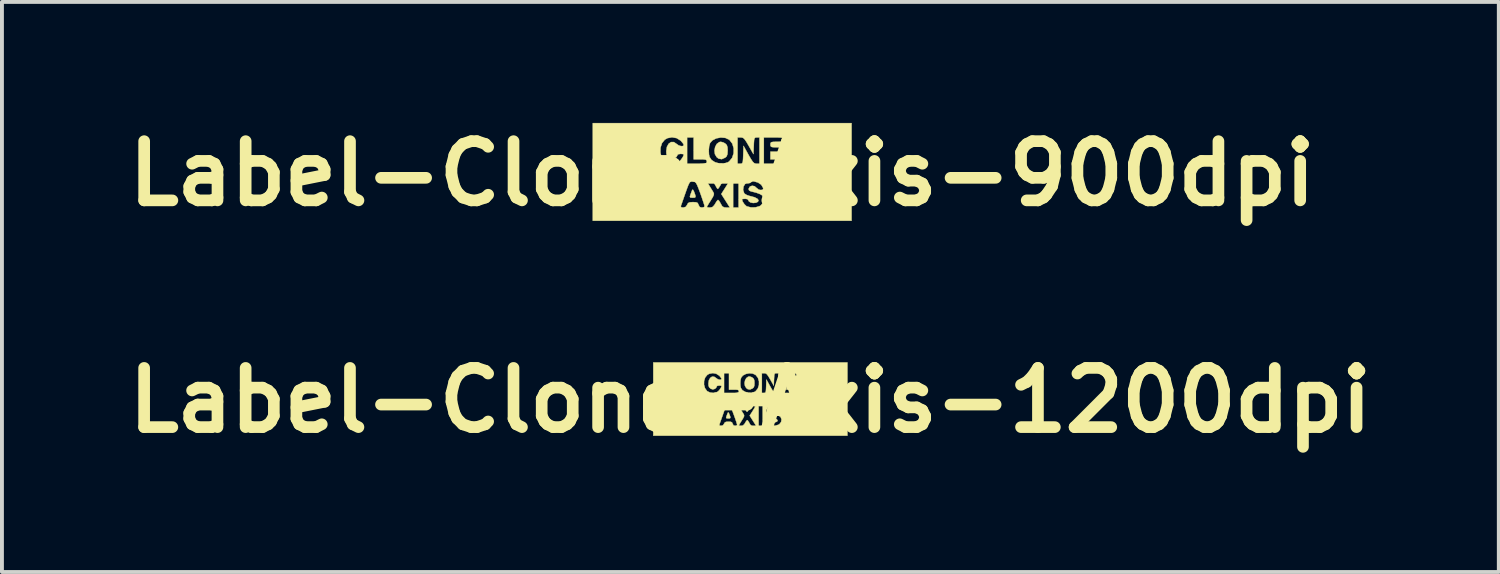
<source format=kicad_pcb>
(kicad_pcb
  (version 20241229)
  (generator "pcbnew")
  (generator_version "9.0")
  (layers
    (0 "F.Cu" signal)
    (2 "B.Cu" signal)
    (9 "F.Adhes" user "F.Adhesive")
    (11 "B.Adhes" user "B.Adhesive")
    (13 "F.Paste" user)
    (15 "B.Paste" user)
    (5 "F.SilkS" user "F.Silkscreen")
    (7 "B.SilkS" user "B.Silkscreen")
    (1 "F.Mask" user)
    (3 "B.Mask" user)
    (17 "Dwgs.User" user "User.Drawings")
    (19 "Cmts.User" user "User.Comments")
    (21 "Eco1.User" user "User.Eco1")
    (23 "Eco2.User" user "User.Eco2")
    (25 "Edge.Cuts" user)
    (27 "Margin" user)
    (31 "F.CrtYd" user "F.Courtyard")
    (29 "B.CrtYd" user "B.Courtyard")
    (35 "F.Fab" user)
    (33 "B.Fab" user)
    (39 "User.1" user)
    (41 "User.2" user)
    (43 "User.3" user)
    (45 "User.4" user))
  (footprint "Label-Clone-Axis-900dpi"
    (layer "F.Cu")
    (at 15.538 1.418)
    (property "Reference" "Label-Clone-Axis-900dpi" (at 0 0 0) (layer "F.SilkS") (effects (font (size 1.524 1.524) (thickness 0.3))))
    (attr through_hole)
    (fp_poly (pts (xy -0.729 0.454) (xy -0.719 0.48) (xy -0.69 0.561) (xy -0.686 0.603) (xy -0.71 0.619) (xy -0.761 0.621) (xy -0.819 0.617) (xy -0.832 0.593) (xy -0.817 0.543) (xy -0.79 0.471) (xy -0.772 0.423) (xy -0.754 0.412) (xy -0.729 0.454)) (stroke (width 0.01) (type solid)) (fill yes) (layer "F.SilkS"))
    (fp_poly (pts (xy 0.026 -0.803) (xy 0.078 -0.775) (xy 0.119 -0.734) (xy 0.137 -0.673) (xy 0.141 -0.593) (xy 0.135 -0.5) (xy 0.114 -0.444) (xy 0.078 -0.411) (xy -0.011 -0.371) (xy -0.092 -0.385) (xy -0.141 -0.423) (xy -0.187 -0.5) (xy -0.198 -0.593) (xy -0.181 -0.686) (xy -0.139 -0.764) (xy -0.075 -0.811) (xy -0.035 -0.818) (xy 0.026 -0.803)) (stroke (width 0.01) (type solid)) (fill yes) (layer "F.SilkS"))
    (fp_poly (pts (xy 3.33 1.214) (xy -3.33 1.214) (xy -3.33 0.84) (xy -1.066 0.84) (xy -1.053 0.867) (xy -1.004 0.875) (xy -0.937 0.856) (xy -0.903 0.804) (xy -0.878 0.759) (xy -0.834 0.739) (xy -0.754 0.734) (xy -0.752 0.734) (xy -0.672 0.738) (xy -0.631 0.756) (xy -0.611 0.797) (xy -0.609 0.804) (xy -0.578 0.861) (xy -0.522 0.875) (xy -0.47 0.863) (xy -0.453 0.84) (xy -0.463 0.8) (xy -0.489 0.72) (xy -0.526 0.611) (xy -0.562 0.508) (xy -0.61 0.379) (xy -0.645 0.293) (xy -0.674 0.242) (xy -0.702 0.216) (xy -0.736 0.205) (xy -0.754 0.203) (xy -0.791 0.201) (xy -0.819 0.211) (xy -0.844 0.24) (xy -0.872 0.297) (xy -0.908 0.392) (xy -0.946 0.499) (xy -0.99 0.624) (xy -1.027 0.731) (xy -1.054 0.807) (xy -1.066 0.84) (xy -3.33 0.84) (xy -3.33 0.198) (xy -0.4 0.198) (xy -0.336 0.303) (xy -0.286 0.385) (xy -0.241 0.457) (xy -0.233 0.471) (xy -0.214 0.509) (xy -0.216 0.548) (xy -0.242 0.605) (xy -0.294 0.69) (xy -0.346 0.772) (xy -0.382 0.834) (xy -0.395 0.861) (xy -0.371 0.871) (xy -0.315 0.875) (xy -0.252 0.862) (xy -0.204 0.814) (xy -0.181 0.776) (xy -0.143 0.714) (xy -0.112 0.679) (xy -0.106 0.677) (xy -0.081 0.7) (xy -0.046 0.757) (xy -0.037 0.776) (xy 0.003 0.843) (xy 0.051 0.87) (xy 0.105 0.875) (xy 0.199 0.875) (xy 0.088 0.7) (xy -0.023 0.526) (xy 0.073 0.375) (xy 0.123 0.295) (xy 0.158 0.236) (xy 0.169 0.211) (xy 0.145 0.201) (xy 0.089 0.198) (xy 0.282 0.198) (xy 0.282 0.875) (xy 0.423 0.875) (xy 0.423 0.662) (xy 0.508 0.662) (xy 0.527 0.721) (xy 0.572 0.789) (xy 0.624 0.838) (xy 0.631 0.842) (xy 0.737 0.87) (xy 0.856 0.869) (xy 0.962 0.839) (xy 0.998 0.816) (xy 1.057 0.742) (xy 1.071 0.655) (xy 1.04 0.576) (xy 1.022 0.556) (xy 0.966 0.524) (xy 0.878 0.492) (xy 0.823 0.478) (xy 0.736 0.456) (xy 0.693 0.434) (xy 0.681 0.403) (xy 0.683 0.385) (xy 0.713 0.334) (xy 0.771 0.313) (xy 0.835 0.325) (xy 0.88 0.365) (xy 0.941 0.413) (xy 0.992 0.423) (xy 1.045 0.416) (xy 1.056 0.385) (xy 1.052 0.366) (xy 1.005 0.286) (xy 0.921 0.23) (xy 0.818 0.2) (xy 0.711 0.202) (xy 0.618 0.239) (xy 0.598 0.255) (xy 0.55 0.331) (xy 0.538 0.421) (xy 0.565 0.502) (xy 0.579 0.519) (xy 0.636 0.553) (xy 0.716 0.579) (xy 0.728 0.581) (xy 0.835 0.61) (xy 0.906 0.647) (xy 0.936 0.687) (xy 0.92 0.725) (xy 0.873 0.749) (xy 0.798 0.757) (xy 0.728 0.743) (xy 0.684 0.711) (xy 0.677 0.691) (xy 0.652 0.658) (xy 0.593 0.649) (xy 0.533 0.653) (xy 0.508 0.662) (xy 0.508 0.662) (xy 0.423 0.662) (xy 0.423 0.198) (xy 0.282 0.198) (xy 0.089 0.198) (xy 0.026 0.21) (xy -0.022 0.258) (xy -0.044 0.296) (xy -0.082 0.359) (xy -0.109 0.393) (xy -0.114 0.395) (xy -0.136 0.372) (xy -0.168 0.315) (xy -0.178 0.296) (xy -0.219 0.229) (xy -0.267 0.201) (xy -0.312 0.198) (xy -0.4 0.198) (xy -3.33 0.198) (xy -3.33 -0.538) (xy -1.591 -0.538) (xy -1.558 -0.418) (xy -1.49 -0.323) (xy -1.477 -0.312) (xy -1.385 -0.268) (xy -1.273 -0.255) (xy -1.167 -0.273) (xy -1.111 -0.304) (xy -1.058 -0.36) (xy -1.012 -0.428) (xy -0.988 -0.485) (xy -0.988 -0.492) (xy -1.012 -0.503) (xy -1.072 -0.508) (xy -1.072 -0.508) (xy -1.139 -0.496) (xy -1.157 -0.465) (xy -1.18 -0.423) (xy -1.227 -0.391) (xy -1.291 -0.374) (xy -1.353 -0.397) (xy -1.368 -0.406) (xy -1.414 -0.448) (xy -1.435 -0.505) (xy -1.439 -0.579) (xy -1.422 -0.689) (xy -1.378 -0.769) (xy -1.315 -0.812) (xy -1.243 -0.811) (xy -1.171 -0.762) (xy -1.119 -0.725) (xy -1.058 -0.707) (xy -1.008 -0.71) (xy -0.988 -0.736) (xy -1.006 -0.774) (xy -1.052 -0.83) (xy -1.07 -0.849) (xy -1.172 -0.913) (xy -1.272 -0.931) (xy -0.903 -0.931) (xy -0.903 -0.254) (xy -0.649 -0.254) (xy -0.528 -0.255) (xy -0.453 -0.259) (xy -0.413 -0.27) (xy -0.398 -0.288) (xy -0.395 -0.31) (xy -0.401 -0.342) (xy -0.428 -0.359) (xy -0.489 -0.366) (xy -0.564 -0.367) (xy -0.734 -0.367) (xy -0.734 -0.601) (xy -0.345 -0.601) (xy -0.34 -0.493) (xy -0.326 -0.428) (xy -0.274 -0.35) (xy -0.185 -0.293) (xy -0.074 -0.261) (xy 0.041 -0.259) (xy 0.145 -0.29) (xy 0.179 -0.312) (xy 0.256 -0.405) (xy 0.295 -0.524) (xy 0.296 -0.652) (xy 0.26 -0.772) (xy 0.186 -0.868) (xy 0.179 -0.873) (xy 0.081 -0.919) (xy -0.035 -0.929) (xy -0.152 -0.907) (xy -0.252 -0.855) (xy -0.312 -0.787) (xy -0.335 -0.708) (xy -0.345 -0.601) (xy -0.734 -0.601) (xy -0.734 -0.931) (xy 0.395 -0.931) (xy 0.395 -0.254) (xy 0.465 -0.254) (xy 0.499 -0.257) (xy 0.52 -0.273) (xy 0.532 -0.313) (xy 0.538 -0.39) (xy 0.542 -0.484) (xy 0.55 -0.714) (xy 0.677 -0.484) (xy 0.74 -0.375) (xy 0.786 -0.306) (xy 0.823 -0.27) (xy 0.861 -0.256) (xy 0.882 -0.254) (xy 0.96 -0.254) (xy 0.96 -0.931) (xy 1.072 -0.931) (xy 1.072 -0.254) (xy 1.341 -0.254) (xy 1.465 -0.255) (xy 1.544 -0.259) (xy 1.587 -0.268) (xy 1.605 -0.285) (xy 1.609 -0.31) (xy 1.603 -0.341) (xy 1.577 -0.358) (xy 1.52 -0.365) (xy 1.425 -0.367) (xy 1.242 -0.367) (xy 1.242 -0.564) (xy 1.397 -0.564) (xy 1.487 -0.567) (xy 1.533 -0.577) (xy 1.551 -0.601) (xy 1.552 -0.621) (xy 1.545 -0.654) (xy 1.516 -0.671) (xy 1.451 -0.677) (xy 1.397 -0.677) (xy 1.308 -0.679) (xy 1.262 -0.689) (xy 1.244 -0.713) (xy 1.242 -0.748) (xy 1.245 -0.787) (xy 1.265 -0.808) (xy 1.314 -0.817) (xy 1.405 -0.818) (xy 1.411 -0.818) (xy 1.506 -0.821) (xy 1.557 -0.83) (xy 1.577 -0.85) (xy 1.58 -0.875) (xy 1.576 -0.902) (xy 1.556 -0.918) (xy 1.51 -0.927) (xy 1.427 -0.931) (xy 1.326 -0.931) (xy 1.072 -0.931) (xy 0.96 -0.931) (xy 0.89 -0.931) (xy 0.855 -0.928) (xy 0.834 -0.911) (xy 0.822 -0.868) (xy 0.816 -0.788) (xy 0.813 -0.717) (xy 0.804 -0.502) (xy 0.682 -0.717) (xy 0.621 -0.821) (xy 0.576 -0.885) (xy 0.539 -0.919) (xy 0.499 -0.93) (xy 0.478 -0.931) (xy 0.395 -0.931) (xy -0.734 -0.931) (xy -0.903 -0.931) (xy -1.272 -0.931) (xy -1.291 -0.935) (xy -1.41 -0.912) (xy -1.477 -0.873) (xy -1.55 -0.783) (xy -1.588 -0.665) (xy -1.591 -0.538) (xy -3.33 -0.538) (xy -3.33 -1.298) (xy 3.33 -1.298) (xy 3.33 1.214)) (stroke (width 0.01) (type solid)) (fill yes) (layer "F.SilkS")))
  (footprint "Label-Clone-Axis-1200dpi"
    (layer "F.Cu")
    (at 16.263 7.254)
    (property "Reference" "Label-Clone-Axis-1200dpi" (at 0 0 0) (layer "F.SilkS") (effects (font (size 1.524 1.524) (thickness 0.3))))
    (attr through_hole)
    (fp_poly (pts (xy -0.547 0.341) (xy -0.539 0.36) (xy -0.517 0.421) (xy -0.514 0.452) (xy -0.532 0.464) (xy -0.571 0.466) (xy -0.614 0.462) (xy -0.624 0.444) (xy -0.613 0.407) (xy -0.593 0.353) (xy -0.579 0.318) (xy -0.566 0.309) (xy -0.547 0.341)) (stroke (width 0.01) (type solid)) (fill yes) (layer "F.SilkS"))
    (fp_poly (pts (xy 0.02 -0.602) (xy 0.059 -0.581) (xy 0.089 -0.55) (xy 0.103 -0.504) (xy 0.106 -0.445) (xy 0.102 -0.375) (xy 0.085 -0.333) (xy 0.059 -0.308) (xy -0.008 -0.278) (xy -0.069 -0.289) (xy -0.106 -0.318) (xy -0.14 -0.375) (xy -0.149 -0.445) (xy -0.136 -0.514) (xy -0.104 -0.573) (xy -0.056 -0.608) (xy -0.026 -0.614) (xy 0.02 -0.602)) (stroke (width 0.01) (type solid)) (fill yes) (layer "F.SilkS"))
    (fp_poly (pts (xy 2.498 0.91) (xy -2.498 0.91) (xy -2.498 0.63) (xy -0.799 0.63) (xy -0.79 0.65) (xy -0.753 0.656) (xy -0.703 0.642) (xy -0.677 0.603) (xy -0.658 0.57) (xy -0.626 0.554) (xy -0.566 0.55) (xy -0.564 0.55) (xy -0.504 0.553) (xy -0.473 0.567) (xy -0.458 0.597) (xy -0.457 0.603) (xy -0.433 0.645) (xy -0.391 0.656) (xy -0.352 0.647) (xy -0.34 0.63) (xy -0.347 0.6) (xy -0.366 0.54) (xy -0.394 0.459) (xy -0.422 0.381) (xy -0.458 0.284) (xy -0.484 0.22) (xy -0.506 0.182) (xy -0.527 0.162) (xy -0.552 0.154) (xy -0.566 0.152) (xy -0.593 0.151) (xy -0.614 0.158) (xy -0.633 0.18) (xy -0.654 0.223) (xy -0.681 0.294) (xy -0.709 0.375) (xy -0.742 0.468) (xy -0.771 0.548) (xy -0.791 0.605) (xy -0.799 0.63) (xy -2.498 0.63) (xy -2.498 0.148) (xy -0.3 0.148) (xy -0.252 0.228) (xy -0.214 0.289) (xy -0.181 0.343) (xy -0.174 0.353) (xy -0.161 0.382) (xy -0.162 0.411) (xy -0.181 0.453) (xy -0.221 0.518) (xy -0.259 0.579) (xy -0.286 0.625) (xy -0.296 0.646) (xy -0.278 0.653) (xy -0.236 0.656) (xy -0.189 0.646) (xy -0.153 0.611) (xy -0.136 0.582) (xy -0.107 0.535) (xy -0.084 0.51) (xy -0.08 0.508) (xy -0.061 0.525) (xy -0.034 0.568) (xy -0.027 0.582) (xy 0.002 0.632) (xy 0.038 0.653) (xy 0.079 0.656) (xy 0.149 0.656) (xy 0.066 0.525) (xy -0.017 0.394) (xy 0.055 0.281) (xy 0.092 0.221) (xy 0.118 0.177) (xy 0.127 0.158) (xy 0.109 0.151) (xy 0.067 0.148) (xy 0.212 0.148) (xy 0.212 0.656) (xy 0.318 0.656) (xy 0.318 0.496) (xy 0.381 0.496) (xy 0.395 0.541) (xy 0.429 0.592) (xy 0.468 0.628) (xy 0.473 0.631) (xy 0.553 0.653) (xy 0.642 0.652) (xy 0.721 0.629) (xy 0.749 0.612) (xy 0.792 0.556) (xy 0.803 0.492) (xy 0.78 0.432) (xy 0.766 0.417) (xy 0.724 0.393) (xy 0.659 0.369) (xy 0.617 0.359) (xy 0.552 0.342) (xy 0.52 0.326) (xy 0.511 0.302) (xy 0.512 0.289) (xy 0.535 0.25) (xy 0.578 0.235) (xy 0.626 0.244) (xy 0.66 0.274) (xy 0.705 0.31) (xy 0.744 0.318) (xy 0.784 0.312) (xy 0.792 0.288) (xy 0.789 0.275) (xy 0.754 0.215) (xy 0.691 0.172) (xy 0.613 0.15) (xy 0.533 0.151) (xy 0.464 0.179) (xy 0.448 0.191) (xy 0.412 0.248) (xy 0.404 0.316) (xy 0.424 0.376) (xy 0.435 0.389) (xy 0.477 0.415) (xy 0.537 0.434) (xy 0.546 0.436) (xy 0.626 0.457) (xy 0.679 0.485) (xy 0.702 0.516) (xy 0.69 0.544) (xy 0.655 0.561) (xy 0.599 0.568) (xy 0.546 0.557) (xy 0.513 0.533) (xy 0.508 0.518) (xy 0.489 0.493) (xy 0.445 0.487) (xy 0.4 0.49) (xy 0.381 0.496) (xy 0.381 0.496) (xy 0.318 0.496) (xy 0.318 0.148) (xy 0.212 0.148) (xy 0.067 0.148) (xy 0.02 0.158) (xy -0.016 0.194) (xy -0.033 0.222) (xy -0.061 0.269) (xy -0.082 0.295) (xy -0.086 0.296) (xy -0.102 0.279) (xy -0.126 0.237) (xy -0.133 0.222) (xy -0.164 0.172) (xy -0.2 0.151) (xy -0.234 0.148) (xy -0.3 0.148) (xy -2.498 0.148) (xy -2.498 -0.404) (xy -1.193 -0.404) (xy -1.168 -0.314) (xy -1.117 -0.242) (xy -1.108 -0.234) (xy -1.038 -0.201) (xy -0.955 -0.191) (xy -0.875 -0.205) (xy -0.833 -0.228) (xy -0.793 -0.27) (xy -0.759 -0.321) (xy -0.741 -0.364) (xy -0.741 -0.369) (xy -0.759 -0.377) (xy -0.804 -0.381) (xy -0.804 -0.381) (xy -0.854 -0.372) (xy -0.868 -0.349) (xy -0.885 -0.317) (xy -0.92 -0.293) (xy -0.968 -0.281) (xy -1.015 -0.297) (xy -1.026 -0.304) (xy -1.061 -0.336) (xy -1.076 -0.379) (xy -1.079 -0.434) (xy -1.067 -0.517) (xy -1.033 -0.577) (xy -0.986 -0.609) (xy -0.932 -0.608) (xy -0.878 -0.572) (xy -0.839 -0.544) (xy -0.794 -0.53) (xy -0.756 -0.533) (xy -0.741 -0.552) (xy -0.755 -0.58) (xy -0.789 -0.623) (xy -0.803 -0.637) (xy -0.879 -0.685) (xy -0.954 -0.699) (xy -0.677 -0.699) (xy -0.677 -0.191) (xy -0.487 -0.191) (xy -0.396 -0.191) (xy -0.34 -0.195) (xy -0.31 -0.202) (xy -0.298 -0.216) (xy -0.296 -0.233) (xy -0.301 -0.256) (xy -0.321 -0.269) (xy -0.367 -0.274) (xy -0.423 -0.275) (xy -0.55 -0.275) (xy -0.55 -0.451) (xy -0.259 -0.451) (xy -0.255 -0.369) (xy -0.245 -0.321) (xy -0.206 -0.262) (xy -0.138 -0.22) (xy -0.056 -0.196) (xy 0.031 -0.194) (xy 0.109 -0.218) (xy 0.134 -0.234) (xy 0.192 -0.304) (xy 0.221 -0.393) (xy 0.222 -0.489) (xy 0.195 -0.579) (xy 0.139 -0.651) (xy 0.134 -0.655) (xy 0.061 -0.689) (xy -0.026 -0.697) (xy -0.114 -0.68) (xy -0.189 -0.641) (xy -0.234 -0.59) (xy -0.252 -0.531) (xy -0.259 -0.451) (xy -0.55 -0.451) (xy -0.55 -0.699) (xy 0.296 -0.699) (xy 0.296 -0.191) (xy 0.348 -0.191) (xy 0.374 -0.193) (xy 0.39 -0.205) (xy 0.399 -0.235) (xy 0.404 -0.292) (xy 0.407 -0.363) (xy 0.413 -0.536) (xy 0.508 -0.363) (xy 0.555 -0.281) (xy 0.589 -0.23) (xy 0.617 -0.202) (xy 0.645 -0.192) (xy 0.661 -0.191) (xy 0.72 -0.191) (xy 0.72 -0.699) (xy 0.804 -0.699) (xy 0.804 -0.191) (xy 1.005 -0.191) (xy 1.099 -0.191) (xy 1.158 -0.194) (xy 1.19 -0.201) (xy 1.204 -0.214) (xy 1.206 -0.233) (xy 1.202 -0.256) (xy 1.183 -0.269) (xy 1.14 -0.274) (xy 1.069 -0.275) (xy 0.931 -0.275) (xy 0.931 -0.423) (xy 1.048 -0.423) (xy 1.115 -0.425) (xy 1.15 -0.433) (xy 1.163 -0.451) (xy 1.164 -0.466) (xy 1.159 -0.49) (xy 1.137 -0.503) (xy 1.089 -0.508) (xy 1.048 -0.508) (xy 0.981 -0.509) (xy 0.946 -0.517) (xy 0.933 -0.534) (xy 0.931 -0.561) (xy 0.934 -0.59) (xy 0.949 -0.606) (xy 0.985 -0.613) (xy 1.054 -0.614) (xy 1.058 -0.614) (xy 1.129 -0.615) (xy 1.168 -0.622) (xy 1.183 -0.637) (xy 1.185 -0.656) (xy 1.182 -0.676) (xy 1.167 -0.689) (xy 1.133 -0.695) (xy 1.07 -0.698) (xy 0.995 -0.699) (xy 0.804 -0.699) (xy 0.72 -0.699) (xy 0.668 -0.699) (xy 0.641 -0.696) (xy 0.625 -0.683) (xy 0.616 -0.651) (xy 0.612 -0.591) (xy 0.609 -0.538) (xy 0.603 -0.377) (xy 0.512 -0.538) (xy 0.466 -0.616) (xy 0.432 -0.664) (xy 0.404 -0.689) (xy 0.375 -0.698) (xy 0.358 -0.699) (xy 0.296 -0.699) (xy -0.55 -0.699) (xy -0.677 -0.699) (xy -0.954 -0.699) (xy -0.968 -0.701) (xy -1.058 -0.684) (xy -1.108 -0.655) (xy -1.163 -0.587) (xy -1.191 -0.499) (xy -1.193 -0.404) (xy -2.498 -0.404) (xy -2.498 -0.974) (xy 2.498 -0.974) (xy 2.498 0.91)) (stroke (width 0.01) (type solid)) (fill yes) (layer "F.SilkS")))
  (gr_rect
    (start -3 -3)
    (end 35.527 11.672)
    (stroke (width 0.1) (type default))
    (fill no)
    (layer "Edge.Cuts")))
</source>
